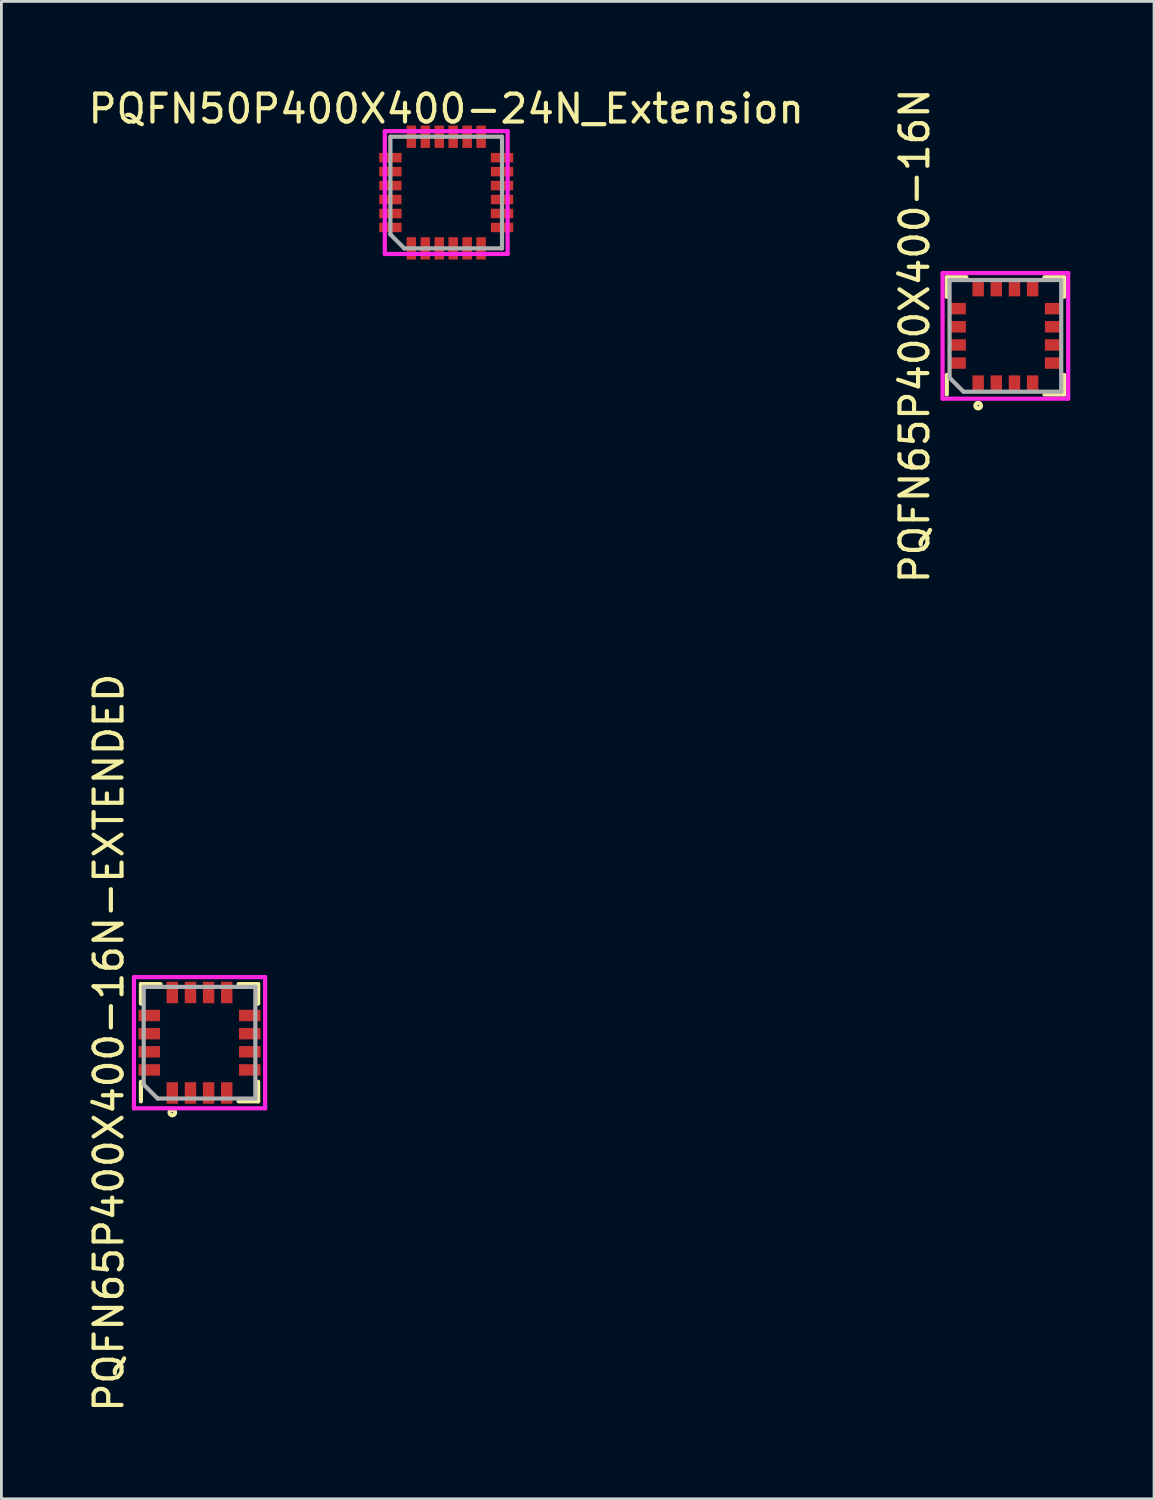
<source format=kicad_pcb>
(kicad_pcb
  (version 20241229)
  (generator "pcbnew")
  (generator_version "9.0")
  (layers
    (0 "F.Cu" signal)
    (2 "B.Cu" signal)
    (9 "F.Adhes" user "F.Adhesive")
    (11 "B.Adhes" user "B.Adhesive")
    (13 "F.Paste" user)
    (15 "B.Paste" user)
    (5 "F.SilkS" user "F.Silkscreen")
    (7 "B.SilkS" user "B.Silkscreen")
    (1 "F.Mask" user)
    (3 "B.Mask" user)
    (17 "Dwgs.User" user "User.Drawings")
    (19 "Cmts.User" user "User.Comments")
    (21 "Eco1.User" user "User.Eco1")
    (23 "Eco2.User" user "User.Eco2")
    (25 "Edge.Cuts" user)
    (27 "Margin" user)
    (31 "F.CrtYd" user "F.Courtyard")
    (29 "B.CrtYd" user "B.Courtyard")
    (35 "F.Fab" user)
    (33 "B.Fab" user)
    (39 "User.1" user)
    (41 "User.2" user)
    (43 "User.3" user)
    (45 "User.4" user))
  (footprint "PQFN50P400X400-24N_Extension"
    (layer "F.Cu")
    (at 12.935 3.848)
    (property "Reference" "PQFN50P400X400-24N_Extension" (at 0 -3 0) (layer "F.SilkS") (effects (font (size 1 1) (thickness 0.15))))
    (attr through_hole)
    (fp_line (start -2.2 -2.2) (end 2.2 -2.2) (stroke (width 0.15) (type solid)) (layer "F.CrtYd"))
    (fp_line (start -2.2 2.2) (end -2.2 -2.2) (stroke (width 0.15) (type solid)) (layer "F.CrtYd"))
    (fp_line (start 2.2 -2.2) (end 2.2 2.2) (stroke (width 0.15) (type solid)) (layer "F.CrtYd"))
    (fp_line (start 2.2 2.2) (end -2.2 2.2) (stroke (width 0.15) (type solid)) (layer "F.CrtYd"))
    (fp_line (start -2 -2) (end 2 -2) (stroke (width 0.15) (type solid)) (layer "F.Fab"))
    (fp_line (start -2 1.5) (end -2 -2) (stroke (width 0.15) (type solid)) (layer "F.Fab"))
    (fp_line (start -1.5 2) (end -2 1.5) (stroke (width 0.15) (type solid)) (layer "F.Fab"))
    (fp_line (start 2 -2) (end 2 2) (stroke (width 0.15) (type solid)) (layer "F.Fab"))
    (fp_line (start 2 2) (end -1.5 2) (stroke (width 0.15) (type solid)) (layer "F.Fab"))
    (pad "1" smd rect (at -1.25 2 270) (size 0.8 0.34) (layers "F.Cu" "F.Mask" "F.Paste"))
    (pad "2" smd rect (at -0.75 2 270) (size 0.8 0.34) (layers "F.Cu" "F.Mask" "F.Paste"))
    (pad "3" smd rect (at -0.25 2 270) (size 0.8 0.34) (layers "F.Cu" "F.Mask" "F.Paste"))
    (pad "4" smd rect (at 0.25 2 270) (size 0.8 0.34) (layers "F.Cu" "F.Mask" "F.Paste"))
    (pad "5" smd rect (at 0.75 2 270) (size 0.8 0.34) (layers "F.Cu" "F.Mask" "F.Paste"))
    (pad "6" smd rect (at 1.25 2 270) (size 0.8 0.34) (layers "F.Cu" "F.Mask" "F.Paste"))
    (pad "7" smd rect (at 2 1.25) (size 0.8 0.34) (layers "F.Cu" "F.Mask" "F.Paste"))
    (pad "8" smd rect (at 2 0.75) (size 0.8 0.34) (layers "F.Cu" "F.Mask" "F.Paste"))
    (pad "9" smd rect (at 2 0.25) (size 0.8 0.34) (layers "F.Cu" "F.Mask" "F.Paste"))
    (pad "10" smd rect (at 2 -0.25) (size 0.8 0.34) (layers "F.Cu" "F.Mask" "F.Paste"))
    (pad "11" smd rect (at 2 -0.75) (size 0.8 0.34) (layers "F.Cu" "F.Mask" "F.Paste"))
    (pad "12" smd rect (at 2 -1.25) (size 0.8 0.34) (layers "F.Cu" "F.Mask" "F.Paste"))
    (pad "13" smd rect (at 1.25 -2 270) (size 0.8 0.34) (layers "F.Cu" "F.Mask" "F.Paste"))
    (pad "14" smd rect (at 0.75 -2 270) (size 0.8 0.34) (layers "F.Cu" "F.Mask" "F.Paste"))
    (pad "15" smd rect (at 0.25 -2 270) (size 0.8 0.34) (layers "F.Cu" "F.Mask" "F.Paste"))
    (pad "16" smd rect (at -0.25 -2 270) (size 0.8 0.34) (layers "F.Cu" "F.Mask" "F.Paste"))
    (pad "17" smd rect (at -0.75 -2 270) (size 0.8 0.34) (layers "F.Cu" "F.Mask" "F.Paste"))
    (pad "18" smd rect (at -1.25 -2 270) (size 0.8 0.34) (layers "F.Cu" "F.Mask" "F.Paste"))
    (pad "19" smd rect (at -2 -1.25) (size 0.8 0.34) (layers "F.Cu" "F.Mask" "F.Paste"))
    (pad "20" smd rect (at -2 -0.75) (size 0.8 0.34) (layers "F.Cu" "F.Mask" "F.Paste"))
    (pad "21" smd rect (at -2 -0.25) (size 0.8 0.34) (layers "F.Cu" "F.Mask" "F.Paste"))
    (pad "22" smd rect (at -2 0.25) (size 0.8 0.34) (layers "F.Cu" "F.Mask" "F.Paste"))
    (pad "23" smd rect (at -2 0.75) (size 0.8 0.34) (layers "F.Cu" "F.Mask" "F.Paste"))
    (pad "24" smd rect (at -2 1.25) (size 0.8 0.34) (layers "F.Cu" "F.Mask" "F.Paste")))
  (footprint "PQFN65P400X400-16N-EXTENDED"
    (layer "F.Cu")
    (at 4.098 34.304)
    (property "Reference" "PQFN65P400X400-16N-EXTENDED" (at -3.25 0 90) (layer "F.SilkS") (effects (font (size 1 1) (thickness 0.15))))
    (attr through_hole)
    (fp_line (start -2.1 -2.1) (end -1.4 -2.1) (stroke (width 0.15) (type solid)) (layer "F.SilkS"))
    (fp_line (start -2.1 -1.4) (end -2.1 -2.1) (stroke (width 0.15) (type solid)) (layer "F.SilkS"))
    (fp_line (start -2.1 1.4) (end -2.1 2.1) (stroke (width 0.15) (type solid)) (layer "F.SilkS"))
    (fp_line (start 1.4 -2.1) (end 2.1 -2.1) (stroke (width 0.15) (type solid)) (layer "F.SilkS"))
    (fp_line (start 2.1 -2.1) (end 2.1 -1.4) (stroke (width 0.15) (type solid)) (layer "F.SilkS"))
    (fp_line (start 2.1 1.4) (end 2.1 2.1) (stroke (width 0.15) (type solid)) (layer "F.SilkS"))
    (fp_line (start 2.1 2.1) (end 1.4 2.1) (stroke (width 0.15) (type solid)) (layer "F.SilkS"))
    (fp_circle (center -0.975 2.5) (end -0.975 2.4) (stroke (width 0.15) (type solid)) (fill no) (layer "F.SilkS"))
    (fp_line (start -2.35 -2.35) (end 2.35 -2.35) (stroke (width 0.15) (type solid)) (layer "F.CrtYd"))
    (fp_line (start -2.35 2.35) (end -2.35 -2.35) (stroke (width 0.15) (type solid)) (layer "F.CrtYd"))
    (fp_line (start 2.35 -2.35) (end 2.35 2.35) (stroke (width 0.15) (type solid)) (layer "F.CrtYd"))
    (fp_line (start 2.35 2.35) (end -2.35 2.35) (stroke (width 0.15) (type solid)) (layer "F.CrtYd"))
    (fp_line (start -2 -2) (end 2 -2) (stroke (width 0.15) (type solid)) (layer "F.Fab"))
    (fp_line (start -2 1.5) (end -2 -2) (stroke (width 0.15) (type solid)) (layer "F.Fab"))
    (fp_line (start -1.5 2) (end -2 1.5) (stroke (width 0.15) (type solid)) (layer "F.Fab"))
    (fp_line (start 2 -2) (end 2 2) (stroke (width 0.15) (type solid)) (layer "F.Fab"))
    (fp_line (start 2 2) (end -1.5 2) (stroke (width 0.15) (type solid)) (layer "F.Fab"))
    (pad "1" smd rect (at -0.975 1.8) (size 0.41 0.77) (layers "F.Cu" "F.Mask" "F.Paste"))
    (pad "2" smd rect (at -0.325 1.8) (size 0.41 0.77) (layers "F.Cu" "F.Mask" "F.Paste"))
    (pad "3" smd rect (at 0.325 1.8) (size 0.41 0.77) (layers "F.Cu" "F.Mask" "F.Paste"))
    (pad "4" smd rect (at 0.975 1.8) (size 0.41 0.77) (layers "F.Cu" "F.Mask" "F.Paste"))
    (pad "5" smd rect (at 1.8 0.975 90) (size 0.41 0.77) (layers "F.Cu" "F.Mask" "F.Paste"))
    (pad "6" smd rect (at 1.8 0.325 90) (size 0.41 0.77) (layers "F.Cu" "F.Mask" "F.Paste"))
    (pad "7" smd rect (at 1.8 -0.325 90) (size 0.41 0.77) (layers "F.Cu" "F.Mask" "F.Paste"))
    (pad "8" smd rect (at 1.8 -0.975 90) (size 0.41 0.77) (layers "F.Cu" "F.Mask" "F.Paste"))
    (pad "9" smd rect (at 0.975 -1.8 180) (size 0.41 0.77) (layers "F.Cu" "F.Mask" "F.Paste"))
    (pad "10" smd rect (at 0.325 -1.8 180) (size 0.41 0.77) (layers "F.Cu" "F.Mask" "F.Paste"))
    (pad "11" smd rect (at -0.325 -1.8 180) (size 0.41 0.77) (layers "F.Cu" "F.Mask" "F.Paste"))
    (pad "12" smd rect (at -0.975 -1.8 180) (size 0.41 0.77) (layers "F.Cu" "F.Mask" "F.Paste"))
    (pad "13" smd rect (at -1.8 -0.975 270) (size 0.41 0.77) (layers "F.Cu" "F.Mask" "F.Paste"))
    (pad "14" smd rect (at -1.8 -0.325 270) (size 0.41 0.77) (layers "F.Cu" "F.Mask" "F.Paste"))
    (pad "15" smd rect (at -1.8 0.325 270) (size 0.41 0.77) (layers "F.Cu" "F.Mask" "F.Paste"))
    (pad "16" smd rect (at -1.8 0.975 270) (size 0.41 0.77) (layers "F.Cu" "F.Mask" "F.Paste")))
  (footprint "PQFN65P400X400-16N"
    (layer "F.Cu")
    (at 32.967 8.982)
    (property "Reference" "PQFN65P400X400-16N" (at -3.25 0 90) (layer "F.SilkS") (effects (font (size 1 1) (thickness 0.15))))
    (attr through_hole)
    (fp_line (start -2.1 -2.1) (end -1.4 -2.1) (stroke (width 0.15) (type solid)) (layer "F.SilkS"))
    (fp_line (start -2.1 -1.4) (end -2.1 -2.1) (stroke (width 0.15) (type solid)) (layer "F.SilkS"))
    (fp_line (start -2.1 1.4) (end -2.1 2.1) (stroke (width 0.15) (type solid)) (layer "F.SilkS"))
    (fp_line (start 1.4 -2.1) (end 2.1 -2.1) (stroke (width 0.15) (type solid)) (layer "F.SilkS"))
    (fp_line (start 2.1 -2.1) (end 2.1 -1.4) (stroke (width 0.15) (type solid)) (layer "F.SilkS"))
    (fp_line (start 2.1 1.4) (end 2.1 2.1) (stroke (width 0.15) (type solid)) (layer "F.SilkS"))
    (fp_line (start 2.1 2.1) (end 1.4 2.1) (stroke (width 0.15) (type solid)) (layer "F.SilkS"))
    (fp_circle (center -0.975 2.5) (end -0.975 2.4) (stroke (width 0.15) (type solid)) (fill no) (layer "F.SilkS"))
    (fp_line (start -2.25 -2.25) (end 2.25 -2.25) (stroke (width 0.15) (type solid)) (layer "F.CrtYd"))
    (fp_line (start -2.25 2.25) (end -2.25 -2.25) (stroke (width 0.15) (type solid)) (layer "F.CrtYd"))
    (fp_line (start 2.25 -2.25) (end 2.25 2.25) (stroke (width 0.15) (type solid)) (layer "F.CrtYd"))
    (fp_line (start 2.25 2.25) (end -2.25 2.25) (stroke (width 0.15) (type solid)) (layer "F.CrtYd"))
    (fp_line (start -2 -2) (end 2 -2) (stroke (width 0.15) (type solid)) (layer "F.Fab"))
    (fp_line (start -2 1.5) (end -2 -2) (stroke (width 0.15) (type solid)) (layer "F.Fab"))
    (fp_line (start -1.5 2) (end -2 1.5) (stroke (width 0.15) (type solid)) (layer "F.Fab"))
    (fp_line (start 2 -2) (end 2 2) (stroke (width 0.15) (type solid)) (layer "F.Fab"))
    (fp_line (start 2 2) (end -1.5 2) (stroke (width 0.15) (type solid)) (layer "F.Fab"))
    (pad "1" smd rect (at -0.975 1.7) (size 0.41 0.57) (layers "F.Cu" "F.Mask" "F.Paste"))
    (pad "2" smd rect (at -0.325 1.7) (size 0.41 0.57) (layers "F.Cu" "F.Mask" "F.Paste"))
    (pad "3" smd rect (at 0.325 1.7) (size 0.41 0.57) (layers "F.Cu" "F.Mask" "F.Paste"))
    (pad "4" smd rect (at 0.975 1.7) (size 0.41 0.57) (layers "F.Cu" "F.Mask" "F.Paste"))
    (pad "5" smd rect (at 1.7 0.975 90) (size 0.41 0.57) (layers "F.Cu" "F.Mask" "F.Paste"))
    (pad "6" smd rect (at 1.7 0.325 90) (size 0.41 0.57) (layers "F.Cu" "F.Mask" "F.Paste"))
    (pad "7" smd rect (at 1.7 -0.325 90) (size 0.41 0.57) (layers "F.Cu" "F.Mask" "F.Paste"))
    (pad "8" smd rect (at 1.7 -0.975 90) (size 0.41 0.57) (layers "F.Cu" "F.Mask" "F.Paste"))
    (pad "9" smd rect (at 0.975 -1.7 180) (size 0.41 0.57) (layers "F.Cu" "F.Mask" "F.Paste"))
    (pad "10" smd rect (at 0.325 -1.7 180) (size 0.41 0.57) (layers "F.Cu" "F.Mask" "F.Paste"))
    (pad "11" smd rect (at -0.325 -1.7 180) (size 0.41 0.57) (layers "F.Cu" "F.Mask" "F.Paste"))
    (pad "12" smd rect (at -0.975 -1.7 180) (size 0.41 0.57) (layers "F.Cu" "F.Mask" "F.Paste"))
    (pad "13" smd rect (at -1.7 -0.975 270) (size 0.41 0.57) (layers "F.Cu" "F.Mask" "F.Paste"))
    (pad "14" smd rect (at -1.7 -0.325 270) (size 0.41 0.57) (layers "F.Cu" "F.Mask" "F.Paste"))
    (pad "15" smd rect (at -1.7 0.325 270) (size 0.41 0.57) (layers "F.Cu" "F.Mask" "F.Paste"))
    (pad "16" smd rect (at -1.7 0.975 270) (size 0.41 0.57) (layers "F.Cu" "F.Mask" "F.Paste")))
  (gr_rect
    (start -3 -3)
    (end 38.292 50.643)
    (stroke (width 0.1) (type default))
    (fill no)
    (layer "Edge.Cuts")))
</source>
